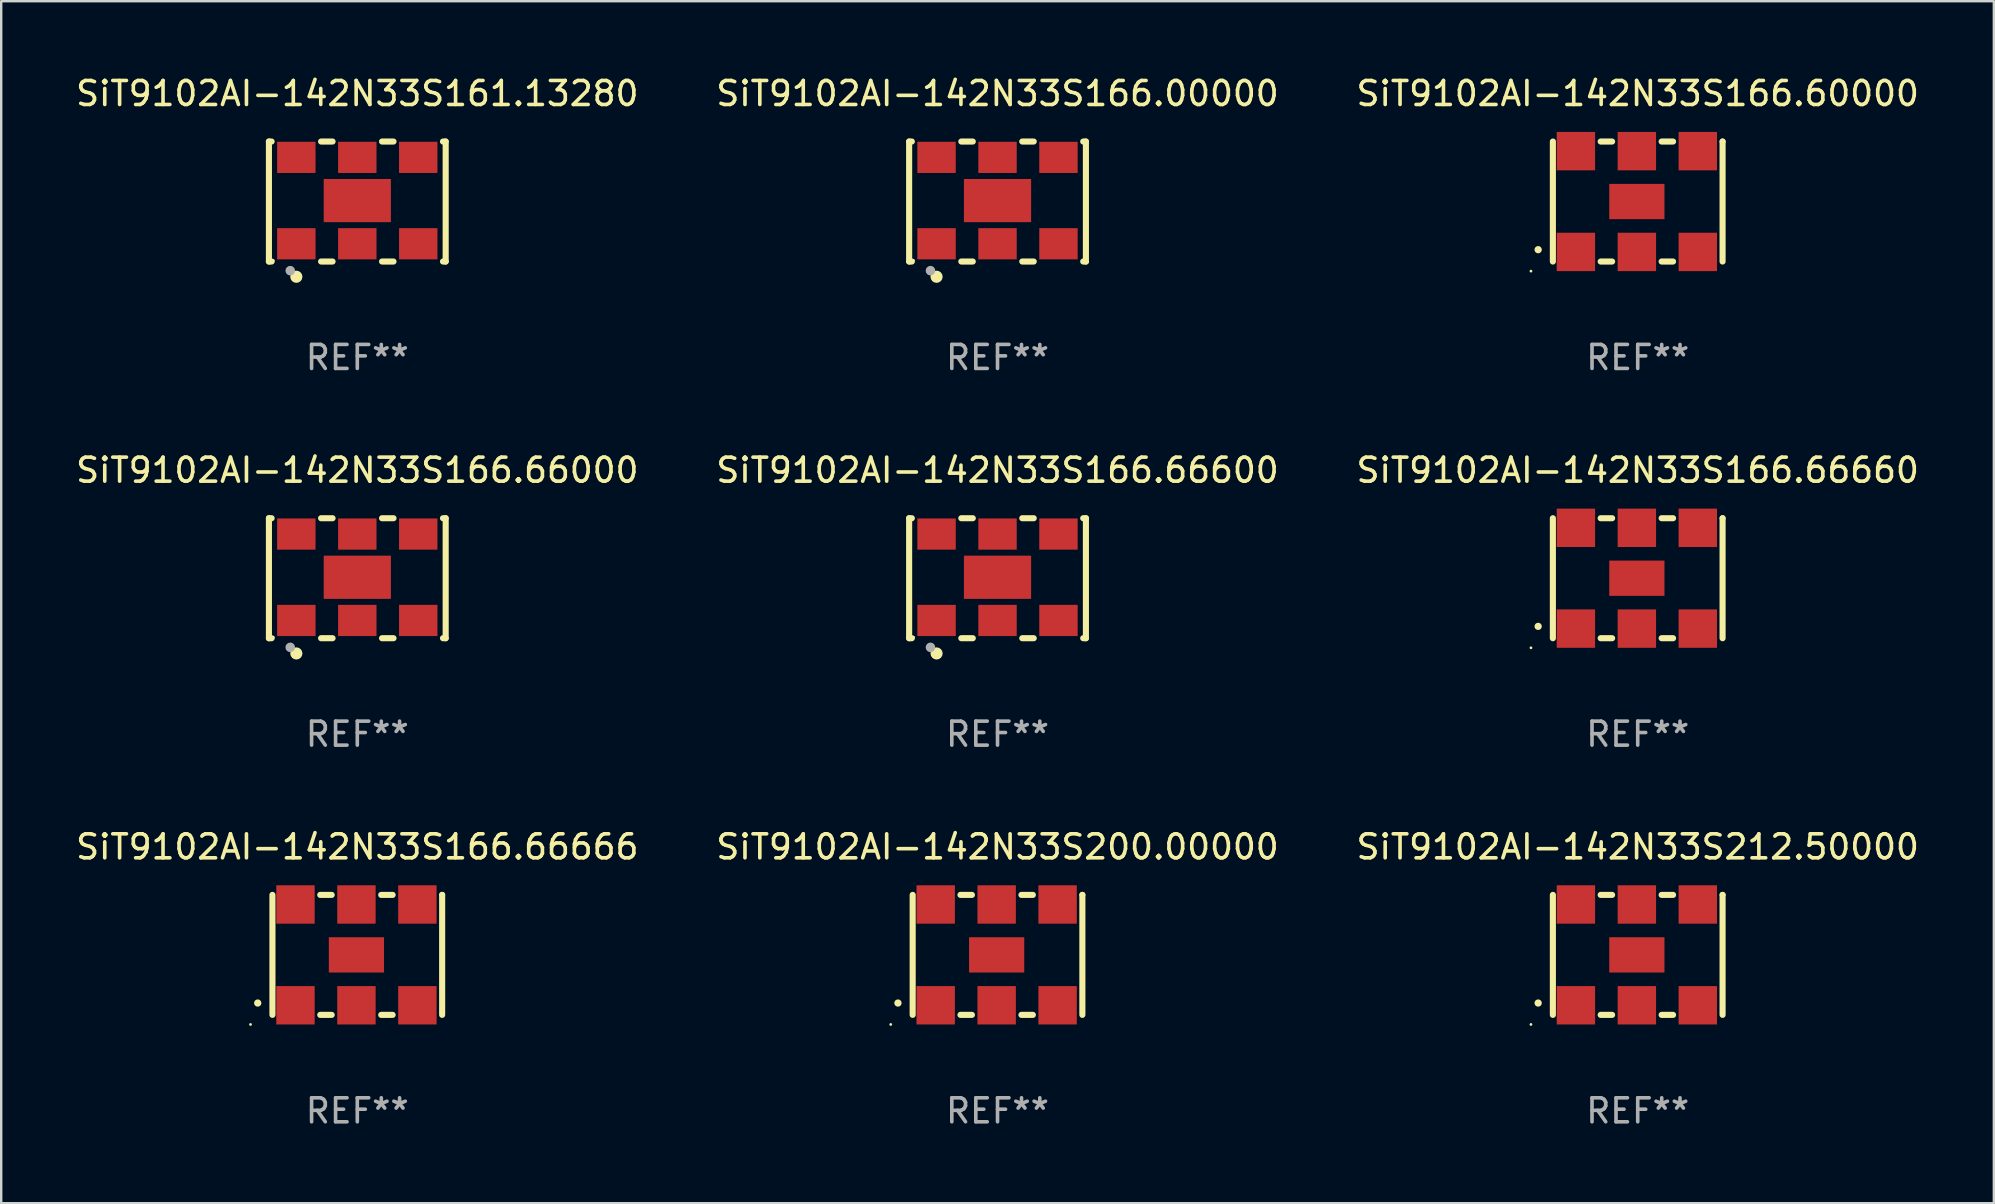
<source format=kicad_pcb>
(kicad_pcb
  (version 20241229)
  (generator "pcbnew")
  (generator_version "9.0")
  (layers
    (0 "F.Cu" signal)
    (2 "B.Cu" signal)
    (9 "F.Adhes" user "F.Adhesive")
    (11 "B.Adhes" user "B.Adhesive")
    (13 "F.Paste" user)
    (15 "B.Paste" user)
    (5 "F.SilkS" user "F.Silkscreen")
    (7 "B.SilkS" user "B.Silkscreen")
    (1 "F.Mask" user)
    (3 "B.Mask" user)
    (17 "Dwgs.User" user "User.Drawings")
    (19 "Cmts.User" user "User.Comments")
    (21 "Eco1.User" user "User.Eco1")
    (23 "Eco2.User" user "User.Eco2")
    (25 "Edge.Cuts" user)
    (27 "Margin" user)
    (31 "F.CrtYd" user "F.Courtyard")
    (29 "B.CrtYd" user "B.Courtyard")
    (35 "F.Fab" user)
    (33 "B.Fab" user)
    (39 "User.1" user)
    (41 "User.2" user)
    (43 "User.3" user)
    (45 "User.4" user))
  (footprint "SiT9102AI-142N33S166.66000"
    (layer "F.Cu")
    (at 11.839 21.045)
    (property "Reference" "SiT9102AI-142N33S166.66000" (at 0 -4.5 0) (layer "F.SilkS") (effects (font (size 1 1) (thickness 0.15))))
    (attr through_hole)
    (fp_line (start -3.683 -2.5) (end -3.571 -2.5) (stroke (width 0.254) (type solid)) (layer "F.SilkS"))
    (fp_line (start -3.683 2.5) (end -3.683 -2.5) (stroke (width 0.254) (type solid)) (layer "F.SilkS"))
    (fp_line (start -3.683 2.5) (end -3.571 2.5) (stroke (width 0.254) (type solid)) (layer "F.SilkS"))
    (fp_line (start -1.509 -2.5) (end -1.031 -2.5) (stroke (width 0.254) (type solid)) (layer "F.SilkS"))
    (fp_line (start -1.509 2.5) (end -1.031 2.5) (stroke (width 0.254) (type solid)) (layer "F.SilkS"))
    (fp_line (start 1.031 -2.5) (end 1.509 -2.5) (stroke (width 0.254) (type solid)) (layer "F.SilkS"))
    (fp_line (start 1.031 2.5) (end 1.509 2.5) (stroke (width 0.254) (type solid)) (layer "F.SilkS"))
    (fp_line (start 3.571 -2.5) (end 3.683 -2.5) (stroke (width 0.254) (type solid)) (layer "F.SilkS"))
    (fp_line (start 3.571 2.5) (end 3.683 2.5) (stroke (width 0.254) (type solid)) (layer "F.SilkS"))
    (fp_line (start 3.683 2.5) (end 3.683 -2.5) (stroke (width 0.254) (type solid)) (layer "F.SilkS"))
    (fp_circle (center -3.5 2.46) (end -3.47 2.46) (stroke (width 0.06) (type solid)) (fill no) (layer "F.SilkS"))
    (fp_circle (center -2.54 3.135) (end -2.413 3.135) (stroke (width 0.254) (type solid)) (fill no) (layer "F.SilkS"))
    (fp_circle (center -2.794 2.881) (end -2.694 2.881) (stroke (width 0.2) (type solid)) (fill no) (layer "F.Fab"))
    (fp_text user "REF**" (at 0 6.5 0) (layer "F.Fab") (effects (font (size 1 1) (thickness 0.15))))
    (pad "1" smd rect (at -2.54 1.76) (size 1.6 1.3) (layers "F.Cu" "F.Mask" "F.Paste"))
    (pad "2" smd rect (at 0 1.76) (size 1.6 1.3) (layers "F.Cu" "F.Mask" "F.Paste"))
    (pad "3" smd rect (at 2.54 1.76) (size 1.6 1.3) (layers "F.Cu" "F.Mask" "F.Paste"))
    (pad "4" smd rect (at 2.54 -1.84) (size 1.6 1.3) (layers "F.Cu" "F.Mask" "F.Paste"))
    (pad "5" smd rect (at 0 -1.84) (size 1.6 1.3) (layers "F.Cu" "F.Mask" "F.Paste"))
    (pad "6" smd rect (at -2.54 -1.84) (size 1.6 1.3) (layers "F.Cu" "F.Mask" "F.Paste"))
    (pad "7" smd rect (at 0 -0.04) (size 2.8 1.8) (layers "F.Cu" "F.Mask" "F.Paste")))
  (footprint "SiT9102AI-142N33S161.13280"
    (layer "F.Cu")
    (at 11.839 5.348)
    (property "Reference" "SiT9102AI-142N33S161.13280" (at 0 -4.5 0) (layer "F.SilkS") (effects (font (size 1 1) (thickness 0.15))))
    (attr through_hole)
    (fp_line (start -3.683 -2.5) (end -3.571 -2.5) (stroke (width 0.254) (type solid)) (layer "F.SilkS"))
    (fp_line (start -3.683 2.5) (end -3.683 -2.5) (stroke (width 0.254) (type solid)) (layer "F.SilkS"))
    (fp_line (start -3.683 2.5) (end -3.571 2.5) (stroke (width 0.254) (type solid)) (layer "F.SilkS"))
    (fp_line (start -1.509 -2.5) (end -1.031 -2.5) (stroke (width 0.254) (type solid)) (layer "F.SilkS"))
    (fp_line (start -1.509 2.5) (end -1.031 2.5) (stroke (width 0.254) (type solid)) (layer "F.SilkS"))
    (fp_line (start 1.031 -2.5) (end 1.509 -2.5) (stroke (width 0.254) (type solid)) (layer "F.SilkS"))
    (fp_line (start 1.031 2.5) (end 1.509 2.5) (stroke (width 0.254) (type solid)) (layer "F.SilkS"))
    (fp_line (start 3.571 -2.5) (end 3.683 -2.5) (stroke (width 0.254) (type solid)) (layer "F.SilkS"))
    (fp_line (start 3.571 2.5) (end 3.683 2.5) (stroke (width 0.254) (type solid)) (layer "F.SilkS"))
    (fp_line (start 3.683 2.5) (end 3.683 -2.5) (stroke (width 0.254) (type solid)) (layer "F.SilkS"))
    (fp_circle (center -3.5 2.46) (end -3.47 2.46) (stroke (width 0.06) (type solid)) (fill no) (layer "F.SilkS"))
    (fp_circle (center -2.54 3.135) (end -2.413 3.135) (stroke (width 0.254) (type solid)) (fill no) (layer "F.SilkS"))
    (fp_circle (center -2.794 2.881) (end -2.694 2.881) (stroke (width 0.2) (type solid)) (fill no) (layer "F.Fab"))
    (fp_text user "REF**" (at 0 6.5 0) (layer "F.Fab") (effects (font (size 1 1) (thickness 0.15))))
    (pad "1" smd rect (at -2.54 1.76) (size 1.6 1.3) (layers "F.Cu" "F.Mask" "F.Paste"))
    (pad "2" smd rect (at 0 1.76) (size 1.6 1.3) (layers "F.Cu" "F.Mask" "F.Paste"))
    (pad "3" smd rect (at 2.54 1.76) (size 1.6 1.3) (layers "F.Cu" "F.Mask" "F.Paste"))
    (pad "4" smd rect (at 2.54 -1.84) (size 1.6 1.3) (layers "F.Cu" "F.Mask" "F.Paste"))
    (pad "5" smd rect (at 0 -1.84) (size 1.6 1.3) (layers "F.Cu" "F.Mask" "F.Paste"))
    (pad "6" smd rect (at -2.54 -1.84) (size 1.6 1.3) (layers "F.Cu" "F.Mask" "F.Paste"))
    (pad "7" smd rect (at 0 -0.04) (size 2.8 1.8) (layers "F.Cu" "F.Mask" "F.Paste")))
  (footprint "SiT9102AI-142N33S166.00000"
    (layer "F.Cu")
    (at 38.518 5.348)
    (property "Reference" "SiT9102AI-142N33S166.00000" (at 0 -4.5 0) (layer "F.SilkS") (effects (font (size 1 1) (thickness 0.15))))
    (attr through_hole)
    (fp_line (start -3.683 -2.5) (end -3.571 -2.5) (stroke (width 0.254) (type solid)) (layer "F.SilkS"))
    (fp_line (start -3.683 2.5) (end -3.683 -2.5) (stroke (width 0.254) (type solid)) (layer "F.SilkS"))
    (fp_line (start -3.683 2.5) (end -3.571 2.5) (stroke (width 0.254) (type solid)) (layer "F.SilkS"))
    (fp_line (start -1.509 -2.5) (end -1.031 -2.5) (stroke (width 0.254) (type solid)) (layer "F.SilkS"))
    (fp_line (start -1.509 2.5) (end -1.031 2.5) (stroke (width 0.254) (type solid)) (layer "F.SilkS"))
    (fp_line (start 1.031 -2.5) (end 1.509 -2.5) (stroke (width 0.254) (type solid)) (layer "F.SilkS"))
    (fp_line (start 1.031 2.5) (end 1.509 2.5) (stroke (width 0.254) (type solid)) (layer "F.SilkS"))
    (fp_line (start 3.571 -2.5) (end 3.683 -2.5) (stroke (width 0.254) (type solid)) (layer "F.SilkS"))
    (fp_line (start 3.571 2.5) (end 3.683 2.5) (stroke (width 0.254) (type solid)) (layer "F.SilkS"))
    (fp_line (start 3.683 2.5) (end 3.683 -2.5) (stroke (width 0.254) (type solid)) (layer "F.SilkS"))
    (fp_circle (center -3.5 2.46) (end -3.47 2.46) (stroke (width 0.06) (type solid)) (fill no) (layer "F.SilkS"))
    (fp_circle (center -2.54 3.135) (end -2.413 3.135) (stroke (width 0.254) (type solid)) (fill no) (layer "F.SilkS"))
    (fp_circle (center -2.794 2.881) (end -2.694 2.881) (stroke (width 0.2) (type solid)) (fill no) (layer "F.Fab"))
    (fp_text user "REF**" (at 0 6.5 0) (layer "F.Fab") (effects (font (size 1 1) (thickness 0.15))))
    (pad "1" smd rect (at -2.54 1.76) (size 1.6 1.3) (layers "F.Cu" "F.Mask" "F.Paste"))
    (pad "2" smd rect (at 0 1.76) (size 1.6 1.3) (layers "F.Cu" "F.Mask" "F.Paste"))
    (pad "3" smd rect (at 2.54 1.76) (size 1.6 1.3) (layers "F.Cu" "F.Mask" "F.Paste"))
    (pad "4" smd rect (at 2.54 -1.84) (size 1.6 1.3) (layers "F.Cu" "F.Mask" "F.Paste"))
    (pad "5" smd rect (at 0 -1.84) (size 1.6 1.3) (layers "F.Cu" "F.Mask" "F.Paste"))
    (pad "6" smd rect (at -2.54 -1.84) (size 1.6 1.3) (layers "F.Cu" "F.Mask" "F.Paste"))
    (pad "7" smd rect (at 0 -0.04) (size 2.8 1.8) (layers "F.Cu" "F.Mask" "F.Paste")))
  (footprint "SiT9102AI-142N33S166.66600"
    (layer "F.Cu")
    (at 38.518 21.045)
    (property "Reference" "SiT9102AI-142N33S166.66600" (at 0 -4.5 0) (layer "F.SilkS") (effects (font (size 1 1) (thickness 0.15))))
    (attr through_hole)
    (fp_line (start -3.683 -2.5) (end -3.571 -2.5) (stroke (width 0.254) (type solid)) (layer "F.SilkS"))
    (fp_line (start -3.683 2.5) (end -3.683 -2.5) (stroke (width 0.254) (type solid)) (layer "F.SilkS"))
    (fp_line (start -3.683 2.5) (end -3.571 2.5) (stroke (width 0.254) (type solid)) (layer "F.SilkS"))
    (fp_line (start -1.509 -2.5) (end -1.031 -2.5) (stroke (width 0.254) (type solid)) (layer "F.SilkS"))
    (fp_line (start -1.509 2.5) (end -1.031 2.5) (stroke (width 0.254) (type solid)) (layer "F.SilkS"))
    (fp_line (start 1.031 -2.5) (end 1.509 -2.5) (stroke (width 0.254) (type solid)) (layer "F.SilkS"))
    (fp_line (start 1.031 2.5) (end 1.509 2.5) (stroke (width 0.254) (type solid)) (layer "F.SilkS"))
    (fp_line (start 3.571 -2.5) (end 3.683 -2.5) (stroke (width 0.254) (type solid)) (layer "F.SilkS"))
    (fp_line (start 3.571 2.5) (end 3.683 2.5) (stroke (width 0.254) (type solid)) (layer "F.SilkS"))
    (fp_line (start 3.683 2.5) (end 3.683 -2.5) (stroke (width 0.254) (type solid)) (layer "F.SilkS"))
    (fp_circle (center -3.5 2.46) (end -3.47 2.46) (stroke (width 0.06) (type solid)) (fill no) (layer "F.SilkS"))
    (fp_circle (center -2.54 3.135) (end -2.413 3.135) (stroke (width 0.254) (type solid)) (fill no) (layer "F.SilkS"))
    (fp_circle (center -2.794 2.881) (end -2.694 2.881) (stroke (width 0.2) (type solid)) (fill no) (layer "F.Fab"))
    (fp_text user "REF**" (at 0 6.5 0) (layer "F.Fab") (effects (font (size 1 1) (thickness 0.15))))
    (pad "1" smd rect (at -2.54 1.76) (size 1.6 1.3) (layers "F.Cu" "F.Mask" "F.Paste"))
    (pad "2" smd rect (at 0 1.76) (size 1.6 1.3) (layers "F.Cu" "F.Mask" "F.Paste"))
    (pad "3" smd rect (at 2.54 1.76) (size 1.6 1.3) (layers "F.Cu" "F.Mask" "F.Paste"))
    (pad "4" smd rect (at 2.54 -1.84) (size 1.6 1.3) (layers "F.Cu" "F.Mask" "F.Paste"))
    (pad "5" smd rect (at 0 -1.84) (size 1.6 1.3) (layers "F.Cu" "F.Mask" "F.Paste"))
    (pad "6" smd rect (at -2.54 -1.84) (size 1.6 1.3) (layers "F.Cu" "F.Mask" "F.Paste"))
    (pad "7" smd rect (at 0 -0.04) (size 2.8 1.8) (layers "F.Cu" "F.Mask" "F.Paste")))
  (footprint "SiT9102AI-142N33S166.60000"
    (layer "F.Cu")
    (at 65.196 5.348)
    (property "Reference" "SiT9102AI-142N33S166.60000" (at 0 -4.5 0) (layer "F.SilkS") (effects (font (size 1 1) (thickness 0.15))))
    (attr through_hole)
    (fp_line (start -3.536 -2.5) (end -3.536 2.5) (stroke (width 0.254) (type solid)) (layer "F.SilkS"))
    (fp_line (start -1.544 2.5) (end -1.067 2.5) (stroke (width 0.254) (type solid)) (layer "F.SilkS"))
    (fp_line (start -1.067 -2.5) (end -1.544 -2.5) (stroke (width 0.254) (type solid)) (layer "F.SilkS"))
    (fp_line (start 0.996 2.5) (end 1.473 2.5) (stroke (width 0.254) (type solid)) (layer "F.SilkS"))
    (fp_line (start 1.473 -2.5) (end 0.996 -2.5) (stroke (width 0.254) (type solid)) (layer "F.SilkS"))
    (fp_line (start 3.536 -2.5) (end 3.536 -2.5) (stroke (width 0.254) (type solid)) (layer "F.SilkS"))
    (fp_line (start 3.536 2.5) (end 3.536 -2.5) (stroke (width 0.254) (type solid)) (layer "F.SilkS"))
    (fp_arc (start -4.150432 2.006604) (mid -4.149162 2.006599) (end -4.147892 2.006604) (stroke (width 0.3) (type solid)) (layer "F.SilkS"))
    (fp_circle (center -4.449 2.9) (end -4.419 2.9) (stroke (width 0.06) (type solid)) (fill no) (layer "F.SilkS"))
    (fp_text user "REF**" (at 0 6.5 0) (layer "F.Fab") (effects (font (size 1 1) (thickness 0.15))))
    (pad "1" smd rect (at -2.576 2.1) (size 1.6 1.6) (layers "F.Cu" "F.Mask" "F.Paste"))
    (pad "2" smd rect (at -0.036 2.1) (size 1.6 1.6) (layers "F.Cu" "F.Mask" "F.Paste"))
    (pad "3" smd rect (at 2.504 2.1) (size 1.6 1.6) (layers "F.Cu" "F.Mask" "F.Paste"))
    (pad "4" smd rect (at 2.504 -2.1) (size 1.6 1.6) (layers "F.Cu" "F.Mask" "F.Paste"))
    (pad "5" smd rect (at -0.036 -2.1) (size 1.6 1.6) (layers "F.Cu" "F.Mask" "F.Paste"))
    (pad "6" smd rect (at -2.576 -2.1) (size 1.6 1.6) (layers "F.Cu" "F.Mask" "F.Paste"))
    (pad "7" smd rect (at -0.036 0) (size 2.3 1.47) (layers "F.Cu" "F.Mask" "F.Paste")))
  (footprint "SiT9102AI-142N33S200.00000"
    (layer "F.Cu")
    (at 38.518 36.741)
    (property "Reference" "SiT9102AI-142N33S200.00000" (at 0 -4.5 0) (layer "F.SilkS") (effects (font (size 1 1) (thickness 0.15))))
    (attr through_hole)
    (fp_line (start -3.536 -2.5) (end -3.536 2.5) (stroke (width 0.254) (type solid)) (layer "F.SilkS"))
    (fp_line (start -1.544 2.5) (end -1.067 2.5) (stroke (width 0.254) (type solid)) (layer "F.SilkS"))
    (fp_line (start -1.067 -2.5) (end -1.544 -2.5) (stroke (width 0.254) (type solid)) (layer "F.SilkS"))
    (fp_line (start 0.996 2.5) (end 1.473 2.5) (stroke (width 0.254) (type solid)) (layer "F.SilkS"))
    (fp_line (start 1.473 -2.5) (end 0.996 -2.5) (stroke (width 0.254) (type solid)) (layer "F.SilkS"))
    (fp_line (start 3.536 -2.5) (end 3.536 -2.5) (stroke (width 0.254) (type solid)) (layer "F.SilkS"))
    (fp_line (start 3.536 2.5) (end 3.536 -2.5) (stroke (width 0.254) (type solid)) (layer "F.SilkS"))
    (fp_arc (start -4.150432 2.006604) (mid -4.149162 2.006599) (end -4.147892 2.006604) (stroke (width 0.3) (type solid)) (layer "F.SilkS"))
    (fp_circle (center -4.449 2.9) (end -4.419 2.9) (stroke (width 0.06) (type solid)) (fill no) (layer "F.SilkS"))
    (fp_text user "REF**" (at 0 6.5 0) (layer "F.Fab") (effects (font (size 1 1) (thickness 0.15))))
    (pad "1" smd rect (at -2.576 2.1) (size 1.6 1.6) (layers "F.Cu" "F.Mask" "F.Paste"))
    (pad "2" smd rect (at -0.036 2.1) (size 1.6 1.6) (layers "F.Cu" "F.Mask" "F.Paste"))
    (pad "3" smd rect (at 2.504 2.1) (size 1.6 1.6) (layers "F.Cu" "F.Mask" "F.Paste"))
    (pad "4" smd rect (at 2.504 -2.1) (size 1.6 1.6) (layers "F.Cu" "F.Mask" "F.Paste"))
    (pad "5" smd rect (at -0.036 -2.1) (size 1.6 1.6) (layers "F.Cu" "F.Mask" "F.Paste"))
    (pad "6" smd rect (at -2.576 -2.1) (size 1.6 1.6) (layers "F.Cu" "F.Mask" "F.Paste"))
    (pad "7" smd rect (at -0.036 0) (size 2.3 1.47) (layers "F.Cu" "F.Mask" "F.Paste")))
  (footprint "SiT9102AI-142N33S166.66666"
    (layer "F.Cu")
    (at 11.839 36.741)
    (property "Reference" "SiT9102AI-142N33S166.66666" (at 0 -4.5 0) (layer "F.SilkS") (effects (font (size 1 1) (thickness 0.15))))
    (attr through_hole)
    (fp_line (start -3.536 -2.5) (end -3.536 2.5) (stroke (width 0.254) (type solid)) (layer "F.SilkS"))
    (fp_line (start -1.544 2.5) (end -1.067 2.5) (stroke (width 0.254) (type solid)) (layer "F.SilkS"))
    (fp_line (start -1.067 -2.5) (end -1.544 -2.5) (stroke (width 0.254) (type solid)) (layer "F.SilkS"))
    (fp_line (start 0.996 2.5) (end 1.473 2.5) (stroke (width 0.254) (type solid)) (layer "F.SilkS"))
    (fp_line (start 1.473 -2.5) (end 0.996 -2.5) (stroke (width 0.254) (type solid)) (layer "F.SilkS"))
    (fp_line (start 3.536 -2.5) (end 3.536 -2.5) (stroke (width 0.254) (type solid)) (layer "F.SilkS"))
    (fp_line (start 3.536 2.5) (end 3.536 -2.5) (stroke (width 0.254) (type solid)) (layer "F.SilkS"))
    (fp_arc (start -4.150432 2.006604) (mid -4.149162 2.006599) (end -4.147892 2.006604) (stroke (width 0.3) (type solid)) (layer "F.SilkS"))
    (fp_circle (center -4.449 2.9) (end -4.419 2.9) (stroke (width 0.06) (type solid)) (fill no) (layer "F.SilkS"))
    (fp_text user "REF**" (at 0 6.5 0) (layer "F.Fab") (effects (font (size 1 1) (thickness 0.15))))
    (pad "1" smd rect (at -2.576 2.1) (size 1.6 1.6) (layers "F.Cu" "F.Mask" "F.Paste"))
    (pad "2" smd rect (at -0.036 2.1) (size 1.6 1.6) (layers "F.Cu" "F.Mask" "F.Paste"))
    (pad "3" smd rect (at 2.504 2.1) (size 1.6 1.6) (layers "F.Cu" "F.Mask" "F.Paste"))
    (pad "4" smd rect (at 2.504 -2.1) (size 1.6 1.6) (layers "F.Cu" "F.Mask" "F.Paste"))
    (pad "5" smd rect (at -0.036 -2.1) (size 1.6 1.6) (layers "F.Cu" "F.Mask" "F.Paste"))
    (pad "6" smd rect (at -2.576 -2.1) (size 1.6 1.6) (layers "F.Cu" "F.Mask" "F.Paste"))
    (pad "7" smd rect (at -0.036 0) (size 2.3 1.47) (layers "F.Cu" "F.Mask" "F.Paste")))
  (footprint "SiT9102AI-142N33S212.50000"
    (layer "F.Cu")
    (at 65.196 36.741)
    (property "Reference" "SiT9102AI-142N33S212.50000" (at 0 -4.5 0) (layer "F.SilkS") (effects (font (size 1 1) (thickness 0.15))))
    (attr through_hole)
    (fp_line (start -3.536 -2.5) (end -3.536 2.5) (stroke (width 0.254) (type solid)) (layer "F.SilkS"))
    (fp_line (start -1.544 2.5) (end -1.067 2.5) (stroke (width 0.254) (type solid)) (layer "F.SilkS"))
    (fp_line (start -1.067 -2.5) (end -1.544 -2.5) (stroke (width 0.254) (type solid)) (layer "F.SilkS"))
    (fp_line (start 0.996 2.5) (end 1.473 2.5) (stroke (width 0.254) (type solid)) (layer "F.SilkS"))
    (fp_line (start 1.473 -2.5) (end 0.996 -2.5) (stroke (width 0.254) (type solid)) (layer "F.SilkS"))
    (fp_line (start 3.536 -2.5) (end 3.536 -2.5) (stroke (width 0.254) (type solid)) (layer "F.SilkS"))
    (fp_line (start 3.536 2.5) (end 3.536 -2.5) (stroke (width 0.254) (type solid)) (layer "F.SilkS"))
    (fp_arc (start -4.150432 2.006604) (mid -4.149162 2.006599) (end -4.147892 2.006604) (stroke (width 0.3) (type solid)) (layer "F.SilkS"))
    (fp_circle (center -4.449 2.9) (end -4.419 2.9) (stroke (width 0.06) (type solid)) (fill no) (layer "F.SilkS"))
    (fp_text user "REF**" (at 0 6.5 0) (layer "F.Fab") (effects (font (size 1 1) (thickness 0.15))))
    (pad "1" smd rect (at -2.576 2.1) (size 1.6 1.6) (layers "F.Cu" "F.Mask" "F.Paste"))
    (pad "2" smd rect (at -0.036 2.1) (size 1.6 1.6) (layers "F.Cu" "F.Mask" "F.Paste"))
    (pad "3" smd rect (at 2.504 2.1) (size 1.6 1.6) (layers "F.Cu" "F.Mask" "F.Paste"))
    (pad "4" smd rect (at 2.504 -2.1) (size 1.6 1.6) (layers "F.Cu" "F.Mask" "F.Paste"))
    (pad "5" smd rect (at -0.036 -2.1) (size 1.6 1.6) (layers "F.Cu" "F.Mask" "F.Paste"))
    (pad "6" smd rect (at -2.576 -2.1) (size 1.6 1.6) (layers "F.Cu" "F.Mask" "F.Paste"))
    (pad "7" smd rect (at -0.036 0) (size 2.3 1.47) (layers "F.Cu" "F.Mask" "F.Paste")))
  (footprint "SiT9102AI-142N33S166.66660"
    (layer "F.Cu")
    (at 65.196 21.045)
    (property "Reference" "SiT9102AI-142N33S166.66660" (at 0 -4.5 0) (layer "F.SilkS") (effects (font (size 1 1) (thickness 0.15))))
    (attr through_hole)
    (fp_line (start -3.536 -2.5) (end -3.536 2.5) (stroke (width 0.254) (type solid)) (layer "F.SilkS"))
    (fp_line (start -1.544 2.5) (end -1.067 2.5) (stroke (width 0.254) (type solid)) (layer "F.SilkS"))
    (fp_line (start -1.067 -2.5) (end -1.544 -2.5) (stroke (width 0.254) (type solid)) (layer "F.SilkS"))
    (fp_line (start 0.996 2.5) (end 1.473 2.5) (stroke (width 0.254) (type solid)) (layer "F.SilkS"))
    (fp_line (start 1.473 -2.5) (end 0.996 -2.5) (stroke (width 0.254) (type solid)) (layer "F.SilkS"))
    (fp_line (start 3.536 -2.5) (end 3.536 -2.5) (stroke (width 0.254) (type solid)) (layer "F.SilkS"))
    (fp_line (start 3.536 2.5) (end 3.536 -2.5) (stroke (width 0.254) (type solid)) (layer "F.SilkS"))
    (fp_arc (start -4.150432 2.006604) (mid -4.149162 2.006599) (end -4.147892 2.006604) (stroke (width 0.3) (type solid)) (layer "F.SilkS"))
    (fp_circle (center -4.449 2.9) (end -4.419 2.9) (stroke (width 0.06) (type solid)) (fill no) (layer "F.SilkS"))
    (fp_text user "REF**" (at 0 6.5 0) (layer "F.Fab") (effects (font (size 1 1) (thickness 0.15))))
    (pad "1" smd rect (at -2.576 2.1) (size 1.6 1.6) (layers "F.Cu" "F.Mask" "F.Paste"))
    (pad "2" smd rect (at -0.036 2.1) (size 1.6 1.6) (layers "F.Cu" "F.Mask" "F.Paste"))
    (pad "3" smd rect (at 2.504 2.1) (size 1.6 1.6) (layers "F.Cu" "F.Mask" "F.Paste"))
    (pad "4" smd rect (at 2.504 -2.1) (size 1.6 1.6) (layers "F.Cu" "F.Mask" "F.Paste"))
    (pad "5" smd rect (at -0.036 -2.1) (size 1.6 1.6) (layers "F.Cu" "F.Mask" "F.Paste"))
    (pad "6" smd rect (at -2.576 -2.1) (size 1.6 1.6) (layers "F.Cu" "F.Mask" "F.Paste"))
    (pad "7" smd rect (at -0.036 0) (size 2.3 1.47) (layers "F.Cu" "F.Mask" "F.Paste")))
  (gr_rect
    (start -3 -3)
    (end 80.036 47.09)
    (stroke (width 0.1) (type default))
    (fill no)
    (layer "Edge.Cuts")))
</source>
